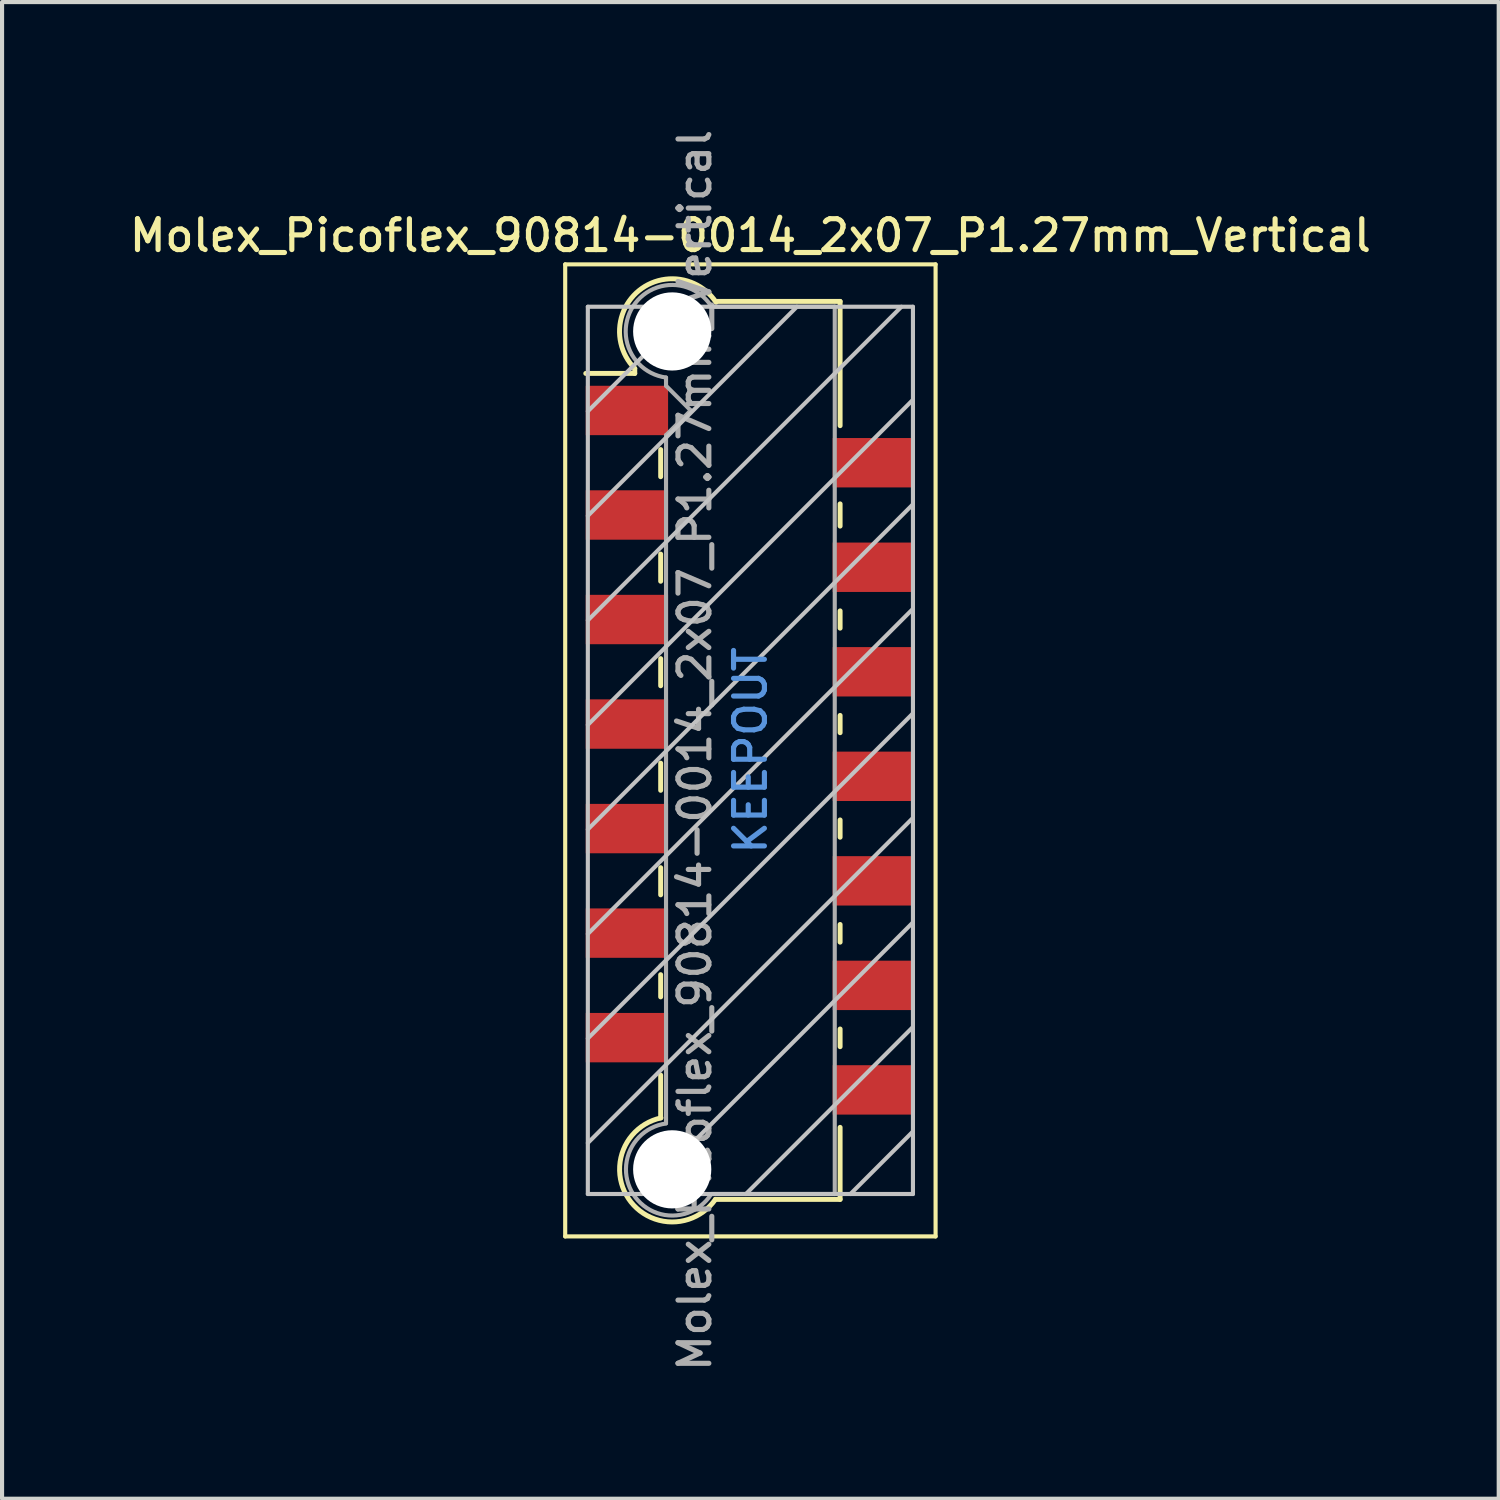
<source format=kicad_pcb>
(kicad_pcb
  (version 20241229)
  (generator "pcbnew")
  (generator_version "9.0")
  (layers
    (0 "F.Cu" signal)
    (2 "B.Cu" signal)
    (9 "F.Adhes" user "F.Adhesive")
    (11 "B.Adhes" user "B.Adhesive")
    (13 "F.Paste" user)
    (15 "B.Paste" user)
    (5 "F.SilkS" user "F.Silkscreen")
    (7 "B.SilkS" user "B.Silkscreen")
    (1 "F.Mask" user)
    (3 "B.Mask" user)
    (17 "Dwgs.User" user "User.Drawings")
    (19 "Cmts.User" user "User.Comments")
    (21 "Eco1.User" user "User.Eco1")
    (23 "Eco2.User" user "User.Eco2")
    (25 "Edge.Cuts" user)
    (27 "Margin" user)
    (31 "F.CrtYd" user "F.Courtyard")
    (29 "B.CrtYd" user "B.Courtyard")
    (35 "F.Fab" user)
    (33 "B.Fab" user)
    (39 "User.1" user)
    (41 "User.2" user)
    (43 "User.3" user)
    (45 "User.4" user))
  (footprint "Molex_Picoflex_90814-0014_2x07_P1.27mm_Vertical"
    (layer "F.Cu")
    (at 15.184 15.184)
    (property "Reference" "Molex_Picoflex_90814-0014_2x07_P1.27mm_Vertical" (at 0 -12.51 0) (layer "F.SilkS") (effects (font (size 0.75 0.75) (thickness 0.125))))
    (attr smd)
    (fp_line (start -4.5 -11.81) (end -4.5 11.81) (stroke (width 0.1) (type solid)) (layer "F.SilkS"))
    (fp_line (start -4.5 11.81) (end 4.5 11.81) (stroke (width 0.1) (type solid)) (layer "F.SilkS"))
    (fp_line (start -2.81 -9.28) (end -2.81 -9.16) (stroke (width 0.12) (type solid)) (layer "F.SilkS"))
    (fp_line (start -2.81 -9.16) (end -4 -9.16) (stroke (width 0.12) (type solid)) (layer "F.SilkS"))
    (fp_line (start -2.18 -6.65) (end -2.18 -7.31) (stroke (width 0.12) (type solid)) (layer "F.SilkS"))
    (fp_line (start -2.18 -4.11) (end -2.18 -4.77) (stroke (width 0.12) (type solid)) (layer "F.SilkS"))
    (fp_line (start -2.18 -1.57) (end -2.18 -2.23) (stroke (width 0.12) (type solid)) (layer "F.SilkS"))
    (fp_line (start -2.18 0.97) (end -2.18 0.31) (stroke (width 0.12) (type solid)) (layer "F.SilkS"))
    (fp_line (start -2.18 3.51) (end -2.18 2.85) (stroke (width 0.12) (type solid)) (layer "F.SilkS"))
    (fp_line (start -2.18 5.99) (end -2.18 5.45) (stroke (width 0.12) (type solid)) (layer "F.SilkS"))
    (fp_line (start -2.18 8.93) (end -2.18 7.89) (stroke (width 0.12) (type solid)) (layer "F.SilkS"))
    (fp_line (start 2.18 -10.91) (end -0.82 -10.91) (stroke (width 0.12) (type solid)) (layer "F.SilkS"))
    (fp_line (start 2.18 -10.91) (end 2.18 -7.89) (stroke (width 0.12) (type solid)) (layer "F.SilkS"))
    (fp_line (start 2.18 -5.99) (end 2.18 -5.45) (stroke (width 0.12) (type solid)) (layer "F.SilkS"))
    (fp_line (start 2.18 -3.39) (end 2.18 -2.97) (stroke (width 0.12) (type solid)) (layer "F.SilkS"))
    (fp_line (start 2.18 -0.85) (end 2.18 -0.43) (stroke (width 0.12) (type solid)) (layer "F.SilkS"))
    (fp_line (start 2.18 1.69) (end 2.18 2.11) (stroke (width 0.12) (type solid)) (layer "F.SilkS"))
    (fp_line (start 2.18 4.23) (end 2.18 4.66) (stroke (width 0.12) (type solid)) (layer "F.SilkS"))
    (fp_line (start 2.18 6.77) (end 2.18 7.2) (stroke (width 0.12) (type solid)) (layer "F.SilkS"))
    (fp_line (start 2.18 9.16) (end 2.18 10.91) (stroke (width 0.12) (type solid)) (layer "F.SilkS"))
    (fp_line (start 2.18 10.91) (end -0.85 10.91) (stroke (width 0.12) (type solid)) (layer "F.SilkS"))
    (fp_line (start 4.5 -11.81) (end -4.5 -11.81) (stroke (width 0.1) (type solid)) (layer "F.SilkS"))
    (fp_line (start 4.5 11.81) (end 4.5 -11.81) (stroke (width 0.1) (type solid)) (layer "F.SilkS"))
    (fp_arc (start -2.81 -9.28) (mid -2.708637 -11.172072) (end -0.834991 -10.889828) (stroke (width 0.12) (type solid)) (layer "F.SilkS"))
    (fp_arc (start -0.85 10.91) (mid -2.962791 10.891248) (end -2.174424 8.930964) (stroke (width 0.12) (type solid)) (layer "F.SilkS"))
    (fp_line (start -3.95 -10.78) (end -3.95 10.78) (stroke (width 0.1) (type solid)) (layer "Dwgs.User"))
    (fp_line (start -3.95 -8.24) (end -1.41 -10.78) (stroke (width 0.1) (type solid)) (layer "Dwgs.User"))
    (fp_line (start -3.95 -5.7) (end 1.13 -10.78) (stroke (width 0.1) (type solid)) (layer "Dwgs.User"))
    (fp_line (start -3.95 -3.16) (end 3.67 -10.78) (stroke (width 0.1) (type solid)) (layer "Dwgs.User"))
    (fp_line (start -3.95 -0.62) (end 3.95 -8.52) (stroke (width 0.1) (type solid)) (layer "Dwgs.User"))
    (fp_line (start -3.95 1.92) (end 3.95 -5.98) (stroke (width 0.1) (type solid)) (layer "Dwgs.User"))
    (fp_line (start -3.95 4.46) (end 3.95 -3.44) (stroke (width 0.1) (type solid)) (layer "Dwgs.User"))
    (fp_line (start -3.95 7) (end 3.95 -0.9) (stroke (width 0.1) (type solid)) (layer "Dwgs.User"))
    (fp_line (start -3.95 9.54) (end 3.95 1.64) (stroke (width 0.1) (type solid)) (layer "Dwgs.User"))
    (fp_line (start -3.95 10.78) (end 3.95 10.78) (stroke (width 0.1) (type solid)) (layer "Dwgs.User"))
    (fp_line (start -2.65 10.78) (end 3.95 4.18) (stroke (width 0.1) (type solid)) (layer "Dwgs.User"))
    (fp_line (start -0.11 10.78) (end 3.95 6.72) (stroke (width 0.1) (type solid)) (layer "Dwgs.User"))
    (fp_line (start 2.43 10.78) (end 3.95 9.26) (stroke (width 0.1) (type solid)) (layer "Dwgs.User"))
    (fp_line (start 3.95 -10.78) (end -3.95 -10.78) (stroke (width 0.1) (type solid)) (layer "Dwgs.User"))
    (fp_line (start 3.95 10.78) (end 3.95 -10.78) (stroke (width 0.1) (type solid)) (layer "Dwgs.User"))
    (fp_line (start -2.05 -8.86) (end -2.05 -9.06) (stroke (width 0.1) (type solid)) (layer "F.Fab"))
    (fp_line (start -2.05 -7.66) (end -1.45 -8.26) (stroke (width 0.1) (type solid)) (layer "F.Fab"))
    (fp_line (start -2.05 9.06) (end -2.05 -7.66) (stroke (width 0.1) (type solid)) (layer "F.Fab"))
    (fp_line (start -1.45 -8.26) (end -2.05 -8.86) (stroke (width 0.1) (type solid)) (layer "F.Fab"))
    (fp_line (start 2.05 -10.78) (end -0.93 -10.78) (stroke (width 0.1) (type solid)) (layer "F.Fab"))
    (fp_line (start 2.05 -10.78) (end 2.05 10.78) (stroke (width 0.1) (type solid)) (layer "F.Fab"))
    (fp_line (start 2.05 10.78) (end -0.95 10.78) (stroke (width 0.1) (type solid)) (layer "F.Fab"))
    (fp_arc (start -2.05 -9.06) (mid -2.851672 -10.789279) (end -0.945612 -10.785015) (stroke (width 0.1) (type solid)) (layer "F.Fab"))
    (fp_arc (start -0.95 10.78) (mid -2.845272 10.787422) (end -2.051022 9.066585) (stroke (width 0.1) (type solid)) (layer "F.Fab"))
    (fp_text user "KEEPOUT" (at 0 0 90) (layer "Cmts.User") (effects (font (size 0.75 0.75) (thickness 0.125))))
    (fp_text user "${REFERENCE}" (at -1.35 0 90) (layer "F.Fab") (effects (font (size 0.75 0.75) (thickness 0.125))))
    (pad "" np_thru_hole circle (at -1.9 -10.18) (size 1.9 1.9) (drill 1.9) (layers "*.Cu" "*.Mask"))
    (pad "" np_thru_hole circle (at -1.9 10.18) (size 1.9 1.9) (drill 1.9) (layers "*.Cu" "*.Mask"))
    (pad "1" smd rect (at -3 -8.26) (size 2 1.2) (layers "F.Cu" "F.Mask" "F.Paste"))
    (pad "2" smd rect (at 3 -6.99) (size 2 1.2) (layers "F.Cu" "F.Mask" "F.Paste"))
    (pad "3" smd rect (at -3 -5.72) (size 2 1.2) (layers "F.Cu" "F.Mask" "F.Paste"))
    (pad "4" smd rect (at 3 -4.45) (size 2 1.2) (layers "F.Cu" "F.Mask" "F.Paste"))
    (pad "5" smd rect (at -3 -3.18) (size 2 1.2) (layers "F.Cu" "F.Mask" "F.Paste"))
    (pad "6" smd rect (at 3 -1.91) (size 2 1.2) (layers "F.Cu" "F.Mask" "F.Paste"))
    (pad "7" smd rect (at -3 -0.64) (size 2 1.2) (layers "F.Cu" "F.Mask" "F.Paste"))
    (pad "8" smd rect (at 3 0.63) (size 2 1.2) (layers "F.Cu" "F.Mask" "F.Paste"))
    (pad "9" smd rect (at -3 1.9) (size 2 1.2) (layers "F.Cu" "F.Mask" "F.Paste"))
    (pad "10" smd rect (at 3 3.17) (size 2 1.2) (layers "F.Cu" "F.Mask" "F.Paste"))
    (pad "11" smd rect (at -3 4.44) (size 2 1.2) (layers "F.Cu" "F.Mask" "F.Paste"))
    (pad "12" smd rect (at 3 5.71) (size 2 1.2) (layers "F.Cu" "F.Mask" "F.Paste"))
    (pad "13" smd rect (at -3 6.98) (size 2 1.2) (layers "F.Cu" "F.Mask" "F.Paste"))
    (pad "14" smd rect (at 3 8.25) (size 2 1.2) (layers "F.Cu" "F.Mask" "F.Paste")))
  (gr_rect
    (start -3 -3)
    (end 33.368 33.368)
    (stroke (width 0.1) (type default))
    (fill no)
    (layer "Edge.Cuts")))
</source>
